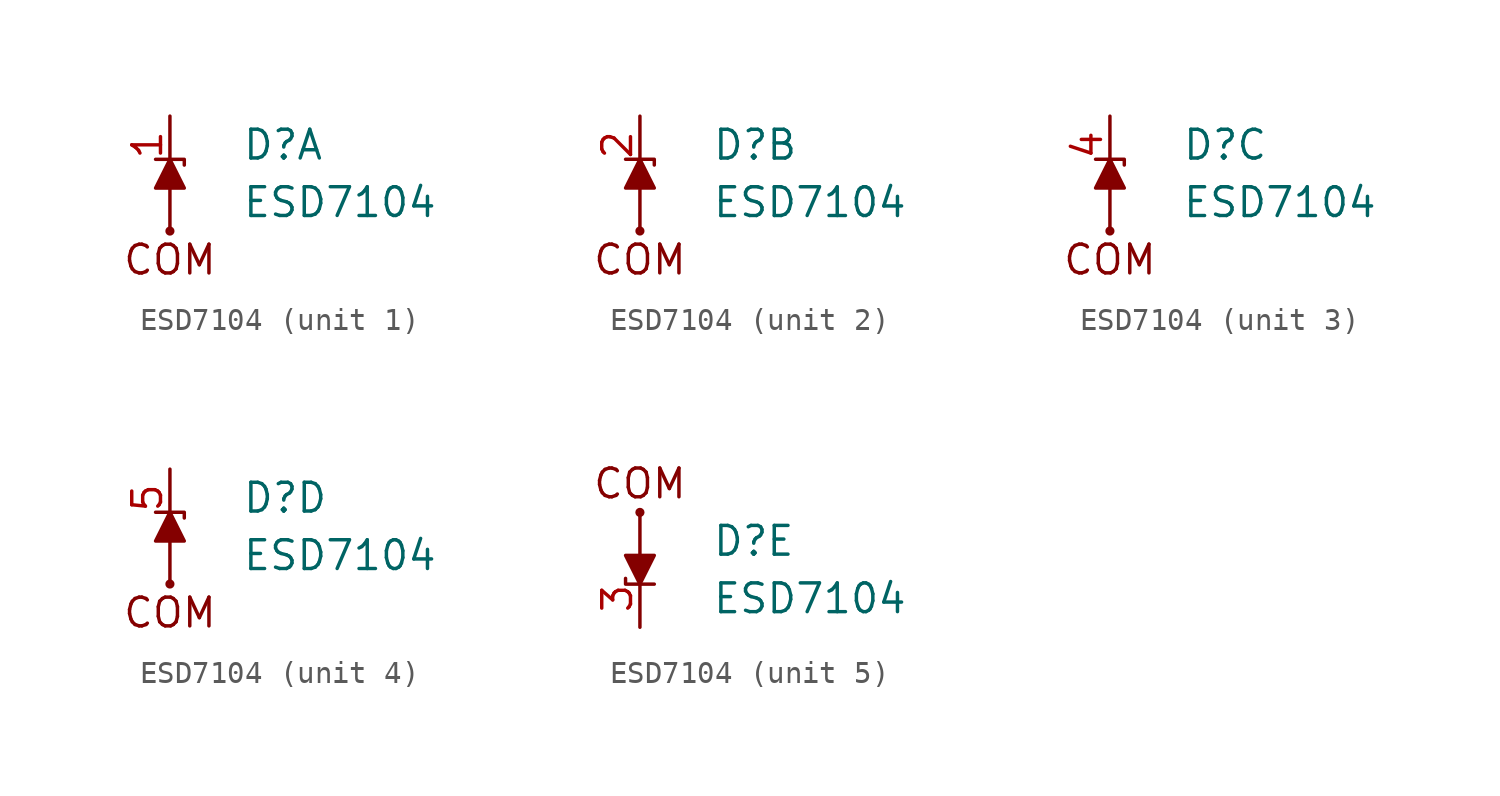
<source format=kicad_sym>
(kicad_symbol_lib
  (version 20211014)
  (generator kicad_symbol_editor)
  (symbol "ESD7104"
    (property "Reference" "D"
      (at 3.175 1.27 0)
      (effects (font (size 1.27 1.27)) (justify left)))
    (property "Value" "ESD7104"
      (at 3.175 -1.27 0)
      (effects (font (size 1.27 1.27)) (justify left)))
    (property "ki_locked" ""
      (at 0 0 0)
      (effects (font (size 1.27 1.27))))
    (symbol "ESD7104_1_0"
      (text "COM" (at 0 -3.81 0) (effects (font (size 1.27 1.27))))
      (pin bidirectional line (at 0 2.54 270) (length 2.54) (name "" (effects (font (size 1.27 1.27)))) (number "1" (effects (font (size 1.27 1.27)))))
      (pin free line (at 0 2.54 270) (length 2.54) hide (name "" (effects (font (size 1.27 1.27)))) (number "10" (effects (font (size 1.27 1.27))))))
    (symbol "ESD7104_1_1"
      (circle (center 0 -2.54) (radius 0.127) (stroke (width 0) (type default) (color 0 0 0 0)) (fill (type none)))
      (polyline (pts (xy 0 0) (xy 0 -2.54)) (stroke (width 0) (type default) (color 0 0 0 0)) (fill (type none)))
      (polyline (pts (xy -0.635 0.63) (xy 0.635 0.63) (xy 0.635 0.376)) (stroke (width 0) (type default) (color 0 0 0 0)) (fill (type none)))
      (polyline (pts (xy 0 0.63) (xy 0.635 -0.64) (xy -0.635 -0.64) (xy 0 0.63)) (stroke (width 0) (type default) (color 0 0 0 0)) (fill (type outline))))
    (symbol "ESD7104_2_0"
      (text "COM" (at 0 -3.805 0) (effects (font (size 1.27 1.27))))
      (pin bidirectional line (at 0 2.54 270) (length 2.54) (name "" (effects (font (size 1.27 1.27)))) (number "2" (effects (font (size 1.27 1.27)))))
      (pin free line (at 0 2.54 270) (length 2.54) hide (name "" (effects (font (size 1.27 1.27)))) (number "9" (effects (font (size 1.27 1.27))))))
    (symbol "ESD7104_2_1"
      (circle (center 0 -2.535) (radius 0.127) (stroke (width 0) (type default) (color 0 0 0 0)) (fill (type none)))
      (polyline (pts (xy 0 0.005) (xy 0 -2.535)) (stroke (width 0) (type default) (color 0 0 0 0)) (fill (type none)))
      (polyline (pts (xy -0.635 0.635) (xy 0.635 0.635) (xy 0.635 0.381)) (stroke (width 0) (type default) (color 0 0 0 0)) (fill (type none)))
      (polyline (pts (xy 0 0.635) (xy 0.635 -0.635) (xy -0.635 -0.635) (xy 0 0.635)) (stroke (width 0) (type default) (color 0 0 0 0)) (fill (type outline))))
    (symbol "ESD7104_3_0"
      (text "COM" (at 0 -3.805 0) (effects (font (size 1.27 1.27))))
      (pin bidirectional line (at 0 2.54 270) (length 2.54) (name "" (effects (font (size 1.27 1.27)))) (number "4" (effects (font (size 1.27 1.27)))))
      (pin free line (at 0 2.54 270) (length 2.54) hide (name "" (effects (font (size 1.27 1.27)))) (number "7" (effects (font (size 1.27 1.27))))))
    (symbol "ESD7104_3_1"
      (circle (center 0 -2.535) (radius 0.127) (stroke (width 0) (type default) (color 0 0 0 0)) (fill (type none)))
      (polyline (pts (xy 0 0.005) (xy 0 -2.535)) (stroke (width 0) (type default) (color 0 0 0 0)) (fill (type none)))
      (polyline (pts (xy -0.635 0.635) (xy 0.635 0.635) (xy 0.635 0.381)) (stroke (width 0) (type default) (color 0 0 0 0)) (fill (type none)))
      (polyline (pts (xy 0 0.635) (xy 0.635 -0.635) (xy -0.635 -0.635) (xy 0 0.635)) (stroke (width 0) (type default) (color 0 0 0 0)) (fill (type outline))))
    (symbol "ESD7104_4_0"
      (text "COM" (at 0 -3.805 0) (effects (font (size 1.27 1.27))))
      (pin bidirectional line (at 0 2.54 270) (length 2.54) (name "" (effects (font (size 1.27 1.27)))) (number "5" (effects (font (size 1.27 1.27)))))
      (pin free line (at 0 2.54 270) (length 2.54) hide (name "" (effects (font (size 1.27 1.27)))) (number "6" (effects (font (size 1.27 1.27))))))
    (symbol "ESD7104_4_1"
      (circle (center 0 -2.535) (radius 0.127) (stroke (width 0) (type default) (color 0 0 0 0)) (fill (type none)))
      (polyline (pts (xy 0 0.005) (xy 0 -2.535)) (stroke (width 0) (type default) (color 0 0 0 0)) (fill (type none)))
      (polyline (pts (xy -0.635 0.635) (xy 0.635 0.635) (xy 0.635 0.381)) (stroke (width 0) (type default) (color 0 0 0 0)) (fill (type none)))
      (polyline (pts (xy 0 0.635) (xy 0.635 -0.635) (xy -0.635 -0.635) (xy 0 0.635)) (stroke (width 0) (type default) (color 0 0 0 0)) (fill (type outline))))
    (symbol "ESD7104_5_0"
      (text "COM" (at 0 3.805 0) (effects (font (size 1.27 1.27))))
      (pin power_in line (at 0 -2.54 90) (length 2.54) (name "" (effects (font (size 1.27 1.27)))) (number "3" (effects (font (size 1.27 1.27)))))
      (pin free line (at 0 -2.54 90) (length 2.54) hide (name "" (effects (font (size 1.27 1.27)))) (number "8" (effects (font (size 1.27 1.27))))))
    (symbol "ESD7104_5_1"
      (polyline (pts (xy 0 -0.005) (xy 0 2.535)) (stroke (width 0) (type default) (color 0 0 0 0)) (fill (type none)))
      (polyline (pts (xy 0.635 -0.635) (xy -0.635 -0.635) (xy -0.635 -0.381)) (stroke (width 0) (type default) (color 0 0 0 0)) (fill (type none)))
      (polyline (pts (xy 0 -0.635) (xy -0.635 0.635) (xy 0.635 0.635) (xy 0 -0.635)) (stroke (width 0) (type default) (color 0 0 0 0)) (fill (type outline)))
      (circle (center 0 2.535) (radius 0.127) (stroke (width 0) (type default) (color 0 0 0 0)) (fill (type none))))))
</source>
